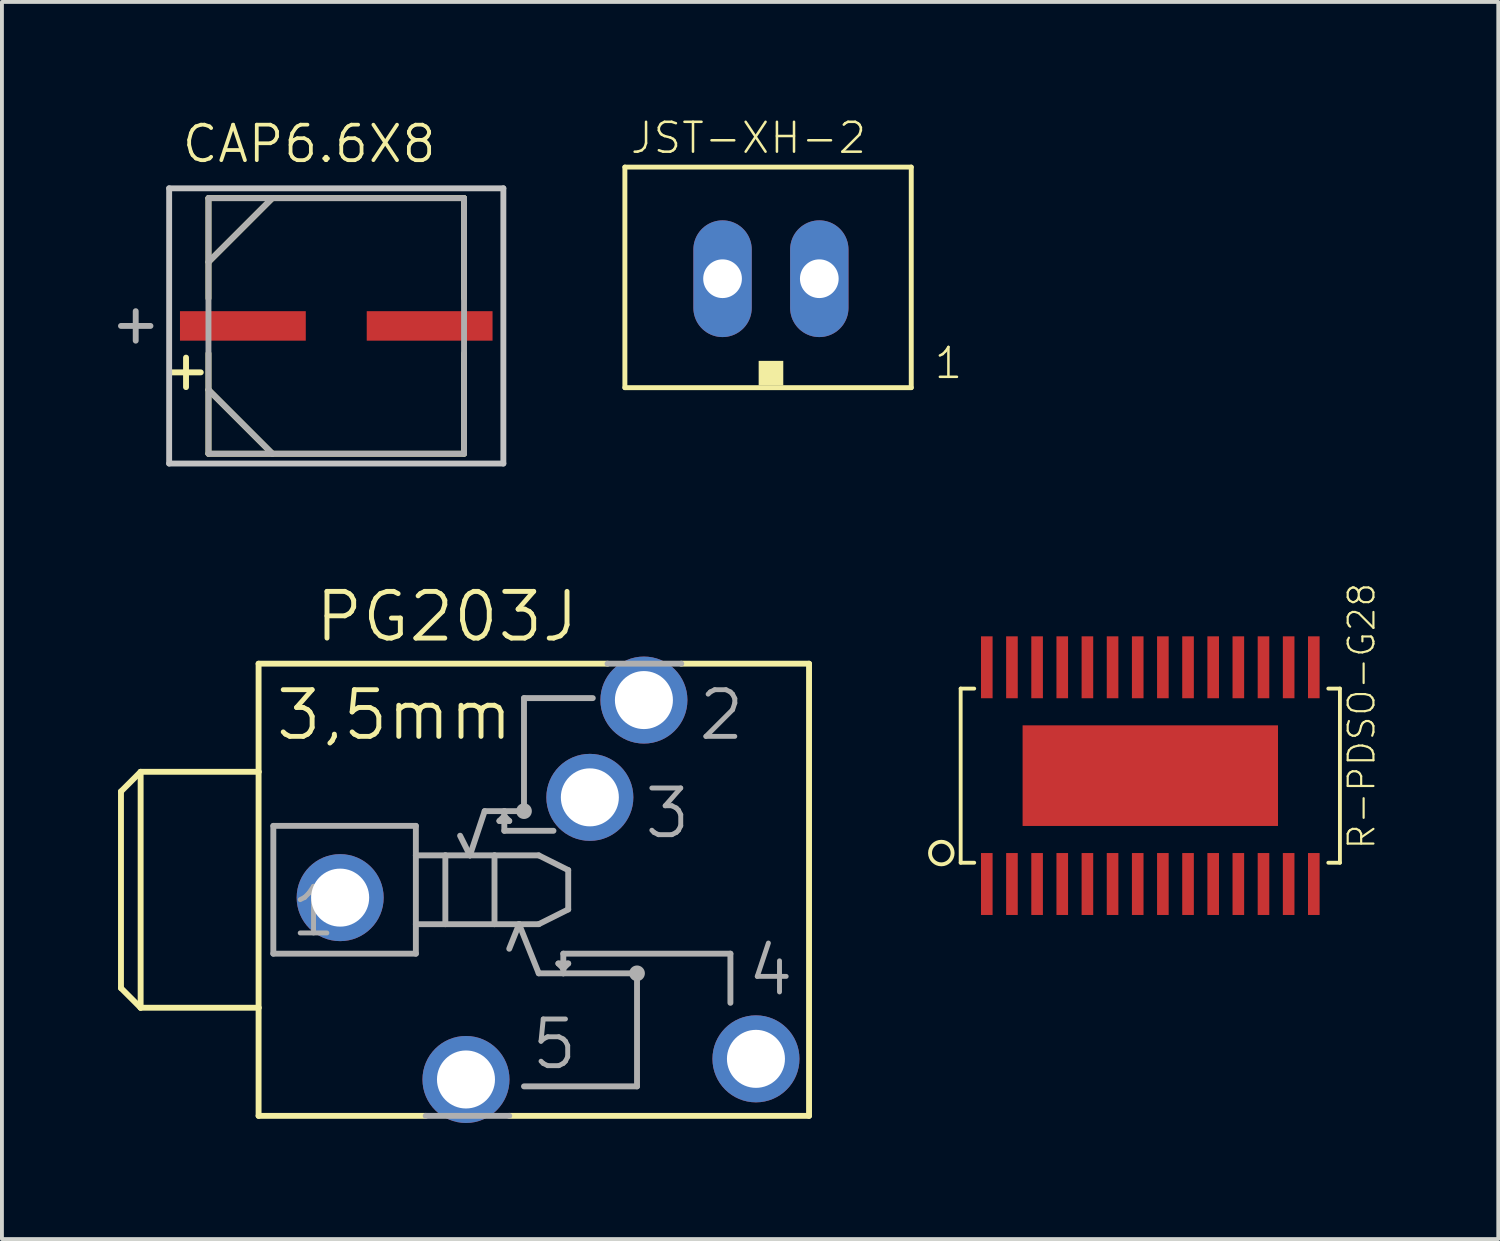
<source format=kicad_pcb>
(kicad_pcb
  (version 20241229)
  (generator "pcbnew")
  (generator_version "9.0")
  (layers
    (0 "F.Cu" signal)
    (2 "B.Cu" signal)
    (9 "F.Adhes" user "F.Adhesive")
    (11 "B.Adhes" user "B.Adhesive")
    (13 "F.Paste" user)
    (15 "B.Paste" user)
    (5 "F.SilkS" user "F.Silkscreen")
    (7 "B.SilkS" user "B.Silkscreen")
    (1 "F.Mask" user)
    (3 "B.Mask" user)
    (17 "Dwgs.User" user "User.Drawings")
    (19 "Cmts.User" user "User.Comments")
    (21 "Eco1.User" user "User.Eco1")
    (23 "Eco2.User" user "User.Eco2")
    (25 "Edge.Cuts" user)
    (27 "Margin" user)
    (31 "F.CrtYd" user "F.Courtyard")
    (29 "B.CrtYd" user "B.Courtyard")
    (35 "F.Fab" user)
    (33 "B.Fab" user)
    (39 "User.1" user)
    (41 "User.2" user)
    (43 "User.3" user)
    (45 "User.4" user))
  (footprint "R-PDSO-G28"
    (layer "F.Cu")
    (at 26.674 16.993)
    (property "Reference" "R-PDSO-G28" (at 5.85 1.95 90) (layer "F.SilkS") (effects (font (size 0.665 0.665) (thickness 0.056)) (justify left bottom)))
    (attr through_hole)
    (fp_line (start -4.9 -2.25) (end -4.9 2.25) (stroke (width 0.1) (type solid)) (layer "F.SilkS"))
    (fp_line (start -4.9 -2.25) (end -4.55 -2.25) (stroke (width 0.1) (type solid)) (layer "F.SilkS"))
    (fp_line (start -4.9 2.25) (end -4.55 2.25) (stroke (width 0.1) (type solid)) (layer "F.SilkS"))
    (fp_line (start 4.9 -2.25) (end 4.6 -2.25) (stroke (width 0.1) (type solid)) (layer "F.SilkS"))
    (fp_line (start 4.9 -2.25) (end 4.9 2.25) (stroke (width 0.1) (type solid)) (layer "F.SilkS"))
    (fp_line (start 4.9 2.25) (end 4.6 2.25) (stroke (width 0.1) (type solid)) (layer "F.SilkS"))
    (fp_circle (center -5.4 2) (end -5.108 2) (stroke (width 0.1) (type solid)) (fill no) (layer "F.SilkS"))
    (pad "1" smd rect (at -4.225 2.8) (size 0.3 1.6) (layers "F.Cu" "F.Mask" "F.Paste"))
    (pad "2" smd rect (at -3.575 2.8) (size 0.3 1.6) (layers "F.Cu" "F.Mask" "F.Paste"))
    (pad "3" smd rect (at -2.925 2.8) (size 0.3 1.6) (layers "F.Cu" "F.Mask" "F.Paste"))
    (pad "4" smd rect (at -2.275 2.8) (size 0.3 1.6) (layers "F.Cu" "F.Mask" "F.Paste"))
    (pad "5" smd rect (at -1.625 2.8) (size 0.3 1.6) (layers "F.Cu" "F.Mask" "F.Paste"))
    (pad "6" smd rect (at -0.975 2.8) (size 0.3 1.6) (layers "F.Cu" "F.Mask" "F.Paste"))
    (pad "7" smd rect (at -0.325 2.8) (size 0.3 1.6) (layers "F.Cu" "F.Mask" "F.Paste"))
    (pad "8" smd rect (at 0.325 2.8) (size 0.3 1.6) (layers "F.Cu" "F.Mask" "F.Paste"))
    (pad "9" smd rect (at 0.975 2.8) (size 0.3 1.6) (layers "F.Cu" "F.Mask" "F.Paste"))
    (pad "10" smd rect (at 1.625 2.8) (size 0.3 1.6) (layers "F.Cu" "F.Mask" "F.Paste"))
    (pad "11" smd rect (at 2.275 2.8) (size 0.3 1.6) (layers "F.Cu" "F.Mask" "F.Paste"))
    (pad "12" smd rect (at 2.925 2.8) (size 0.3 1.6) (layers "F.Cu" "F.Mask" "F.Paste"))
    (pad "13" smd rect (at 3.575 2.8) (size 0.3 1.6) (layers "F.Cu" "F.Mask" "F.Paste"))
    (pad "14" smd rect (at 4.225 2.8) (size 0.3 1.6) (layers "F.Cu" "F.Mask" "F.Paste"))
    (pad "15" smd rect (at 4.225 -2.8) (size 0.3 1.6) (layers "F.Cu" "F.Mask" "F.Paste"))
    (pad "16" smd rect (at 3.575 -2.8) (size 0.3 1.6) (layers "F.Cu" "F.Mask" "F.Paste"))
    (pad "17" smd rect (at 2.925 -2.8) (size 0.3 1.6) (layers "F.Cu" "F.Mask" "F.Paste"))
    (pad "18" smd rect (at 2.275 -2.8) (size 0.3 1.6) (layers "F.Cu" "F.Mask" "F.Paste"))
    (pad "19" smd rect (at 1.625 -2.8) (size 0.3 1.6) (layers "F.Cu" "F.Mask" "F.Paste"))
    (pad "20" smd rect (at 0.975 -2.8) (size 0.3 1.6) (layers "F.Cu" "F.Mask" "F.Paste"))
    (pad "21" smd rect (at 0.325 -2.8) (size 0.3 1.6) (layers "F.Cu" "F.Mask" "F.Paste"))
    (pad "22" smd rect (at -0.325 -2.8) (size 0.3 1.6) (layers "F.Cu" "F.Mask" "F.Paste"))
    (pad "23" smd rect (at -0.975 -2.8) (size 0.3 1.6) (layers "F.Cu" "F.Mask" "F.Paste"))
    (pad "24" smd rect (at -1.625 -2.8) (size 0.3 1.6) (layers "F.Cu" "F.Mask" "F.Paste"))
    (pad "25" smd rect (at -2.275 -2.8) (size 0.3 1.6) (layers "F.Cu" "F.Mask" "F.Paste"))
    (pad "26" smd rect (at -2.925 -2.8) (size 0.3 1.6) (layers "F.Cu" "F.Mask" "F.Paste"))
    (pad "27" smd rect (at -3.575 -2.8) (size 0.3 1.6) (layers "F.Cu" "F.Mask" "F.Paste"))
    (pad "28" smd rect (at -4.225 -2.8) (size 0.3 1.6) (layers "F.Cu" "F.Mask" "F.Paste"))
    (pad "POWER" smd rect (at 0 0) (size 6.6 2.6) (layers "F.Cu" "F.Mask" "F.Paste")))
  (footprint "CAP6.6X8"
    (layer "F.Cu")
    (at 5.639 5.372)
    (property "Reference" "CAP6.6X8" (at -4.039 -4.166 0) (layer "F.SilkS") (effects (font (size 0.917 0.917) (thickness 0.097)) (justify left bottom)))
    (attr through_hole)
    (fp_line (start -3.882 0.819) (end -3.882 1.581) (stroke (width 0.152) (type solid)) (layer "F.SilkS"))
    (fp_line (start -3.501 1.2) (end -4.263 1.2) (stroke (width 0.152) (type solid)) (layer "F.SilkS"))
    (fp_line (start -3.302 -3.302) (end -3.302 -0.711) (stroke (width 0.152) (type solid)) (layer "F.SilkS"))
    (fp_line (start -3.302 -1.651) (end -1.651 -3.302) (stroke (width 0.152) (type solid)) (layer "F.SilkS"))
    (fp_line (start -3.302 0.711) (end -3.302 1.651) (stroke (width 0.152) (type solid)) (layer "F.SilkS"))
    (fp_line (start -3.302 1.651) (end -3.302 3.302) (stroke (width 0.152) (type solid)) (layer "F.SilkS"))
    (fp_line (start -3.302 1.651) (end -1.651 3.302) (stroke (width 0.152) (type solid)) (layer "F.SilkS"))
    (fp_line (start -3.302 3.302) (end 3.302 3.302) (stroke (width 0.152) (type solid)) (layer "F.SilkS"))
    (fp_line (start 3.302 -3.302) (end -3.302 -3.302) (stroke (width 0.152) (type solid)) (layer "F.SilkS"))
    (fp_line (start 3.302 -0.711) (end 3.302 -3.302) (stroke (width 0.152) (type solid)) (layer "F.SilkS"))
    (fp_line (start 3.302 3.302) (end 3.302 0.711) (stroke (width 0.152) (type solid)) (layer "F.SilkS"))
    (fp_line (start -4.318 -3.556) (end 4.318 -3.556) (stroke (width 0.152) (type solid)) (layer "Dwgs.User"))
    (fp_line (start -4.318 3.556) (end -4.318 -3.556) (stroke (width 0.152) (type solid)) (layer "Dwgs.User"))
    (fp_line (start 4.318 -3.556) (end 4.318 3.556) (stroke (width 0.152) (type solid)) (layer "Dwgs.User"))
    (fp_line (start 4.318 3.556) (end -4.318 3.556) (stroke (width 0.152) (type solid)) (layer "Dwgs.User"))
    (fp_line (start -5.182 -0.381) (end -5.182 0.381) (stroke (width 0.152) (type solid)) (layer "F.Fab"))
    (fp_line (start -4.801 0) (end -5.563 0) (stroke (width 0.152) (type solid)) (layer "F.Fab"))
    (fp_line (start -3.302 -3.302) (end -3.302 3.302) (stroke (width 0.152) (type solid)) (layer "F.Fab"))
    (fp_line (start -3.302 -1.651) (end -1.651 -3.302) (stroke (width 0.152) (type solid)) (layer "F.Fab"))
    (fp_line (start -3.302 1.651) (end -1.651 3.302) (stroke (width 0.152) (type solid)) (layer "F.Fab"))
    (fp_line (start -3.302 3.302) (end 3.302 3.302) (stroke (width 0.152) (type solid)) (layer "F.Fab"))
    (fp_line (start 3.302 -3.302) (end -3.302 -3.302) (stroke (width 0.152) (type solid)) (layer "F.Fab"))
    (fp_line (start 3.302 3.302) (end 3.302 -3.302) (stroke (width 0.152) (type solid)) (layer "F.Fab"))
    (pad "1" smd rect (at -2.413 0) (size 3.251 0.762) (layers "F.Cu" "F.Mask" "F.Paste"))
    (pad "2" smd rect (at 2.413 0) (size 3.251 0.762) (layers "F.Cu" "F.Mask" "F.Paste")))
  (footprint "PG203J"
    (layer "F.Cu")
    (at 10.744 19.942)
    (property "Reference" "PG203J" (at -5.715 -6.35 0) (layer "F.SilkS") (effects (font (size 1.206 1.206) (thickness 0.127)) (justify left bottom)))
    (attr through_hole)
    (fp_line (start -10.668 2.54) (end -10.668 -2.54) (stroke (width 0.152) (type solid)) (layer "F.SilkS"))
    (fp_line (start -10.16 -3.048) (end -10.668 -2.54) (stroke (width 0.152) (type solid)) (layer "F.SilkS"))
    (fp_line (start -10.16 3.048) (end -10.668 2.54) (stroke (width 0.152) (type solid)) (layer "F.SilkS"))
    (fp_line (start -10.16 3.048) (end -10.16 -3.048) (stroke (width 0.152) (type solid)) (layer "F.SilkS"))
    (fp_line (start -10.16 3.048) (end -7.112 3.048) (stroke (width 0.152) (type solid)) (layer "F.SilkS"))
    (fp_line (start -7.112 -3.048) (end -10.16 -3.048) (stroke (width 0.152) (type solid)) (layer "F.SilkS"))
    (fp_line (start -7.112 -3.048) (end -7.112 -5.842) (stroke (width 0.152) (type solid)) (layer "F.SilkS"))
    (fp_line (start -7.112 3.048) (end -7.112 -3.048) (stroke (width 0.152) (type solid)) (layer "F.SilkS"))
    (fp_line (start -7.112 5.842) (end -7.112 3.048) (stroke (width 0.152) (type solid)) (layer "F.SilkS"))
    (fp_line (start -7.112 5.842) (end -2.794 5.842) (stroke (width 0.152) (type solid)) (layer "F.SilkS"))
    (fp_line (start -0.635 5.842) (end 7.112 5.842) (stroke (width 0.152) (type solid)) (layer "F.SilkS"))
    (fp_line (start 1.905 -5.842) (end -7.112 -5.842) (stroke (width 0.152) (type solid)) (layer "F.SilkS"))
    (fp_line (start 7.112 -5.842) (end 3.81 -5.842) (stroke (width 0.152) (type solid)) (layer "F.SilkS"))
    (fp_line (start 7.112 -5.842) (end 7.112 5.842) (stroke (width 0.152) (type solid)) (layer "F.SilkS"))
    (fp_line (start -6.731 1.651) (end -6.731 -1.651) (stroke (width 0.152) (type solid)) (layer "F.Fab"))
    (fp_line (start -6.731 1.651) (end -3.048 1.651) (stroke (width 0.152) (type solid)) (layer "F.Fab"))
    (fp_line (start -3.048 -1.651) (end -6.731 -1.651) (stroke (width 0.152) (type solid)) (layer "F.Fab"))
    (fp_line (start -3.048 -1.651) (end -3.048 -0.889) (stroke (width 0.152) (type solid)) (layer "F.Fab"))
    (fp_line (start -3.048 -0.889) (end -3.048 0.889) (stroke (width 0.152) (type solid)) (layer "F.Fab"))
    (fp_line (start -3.048 -0.889) (end -2.286 -0.889) (stroke (width 0.152) (type solid)) (layer "F.Fab"))
    (fp_line (start -3.048 0.889) (end -3.048 1.651) (stroke (width 0.152) (type solid)) (layer "F.Fab"))
    (fp_line (start -2.794 5.842) (end -0.635 5.842) (stroke (width 0.152) (type solid)) (layer "F.Fab"))
    (fp_line (start -2.286 -0.889) (end -2.286 0.889) (stroke (width 0.152) (type solid)) (layer "F.Fab"))
    (fp_line (start -2.286 -0.889) (end -1.651 -0.889) (stroke (width 0.152) (type solid)) (layer "F.Fab"))
    (fp_line (start -2.286 0.889) (end -3.048 0.889) (stroke (width 0.152) (type solid)) (layer "F.Fab"))
    (fp_line (start -1.905 -1.397) (end -1.651 -0.889) (stroke (width 0.152) (type solid)) (layer "F.Fab"))
    (fp_line (start -1.651 -0.889) (end -1.27 -2.032) (stroke (width 0.152) (type solid)) (layer "F.Fab"))
    (fp_line (start -1.651 -0.889) (end -1.016 -0.889) (stroke (width 0.152) (type solid)) (layer "F.Fab"))
    (fp_line (start -1.27 -2.032) (end -0.762 -2.032) (stroke (width 0.152) (type solid)) (layer "F.Fab"))
    (fp_line (start -1.016 -0.889) (end -1.016 0.889) (stroke (width 0.152) (type solid)) (layer "F.Fab"))
    (fp_line (start -1.016 -0.889) (end 0.127 -0.889) (stroke (width 0.152) (type solid)) (layer "F.Fab"))
    (fp_line (start -1.016 0.889) (end -2.286 0.889) (stroke (width 0.152) (type solid)) (layer "F.Fab"))
    (fp_line (start -0.889 -1.778) (end -0.762 -1.905) (stroke (width 0.152) (type solid)) (layer "F.Fab"))
    (fp_line (start -0.889 -1.778) (end -0.635 -1.778) (stroke (width 0.152) (type solid)) (layer "F.Fab"))
    (fp_line (start -0.762 -2.032) (end -0.762 -1.905) (stroke (width 0.152) (type solid)) (layer "F.Fab"))
    (fp_line (start -0.762 -2.032) (end -0.254 -2.032) (stroke (width 0.152) (type solid)) (layer "F.Fab"))
    (fp_line (start -0.762 -1.905) (end -0.762 -1.524) (stroke (width 0.152) (type solid)) (layer "F.Fab"))
    (fp_line (start -0.762 -1.524) (end 0.508 -1.524) (stroke (width 0.152) (type solid)) (layer "F.Fab"))
    (fp_line (start -0.635 -1.778) (end -0.762 -1.905) (stroke (width 0.152) (type solid)) (layer "F.Fab"))
    (fp_line (start -0.635 1.524) (end -0.381 0.889) (stroke (width 0.152) (type solid)) (layer "F.Fab"))
    (fp_line (start -0.381 0.889) (end -1.016 0.889) (stroke (width 0.152) (type solid)) (layer "F.Fab"))
    (fp_line (start -0.254 -4.953) (end 1.524 -4.953) (stroke (width 0.152) (type solid)) (layer "F.Fab"))
    (fp_line (start -0.254 -2.032) (end -0.254 -4.953) (stroke (width 0.152) (type solid)) (layer "F.Fab"))
    (fp_line (start 0.127 0.889) (end -0.381 0.889) (stroke (width 0.152) (type solid)) (layer "F.Fab"))
    (fp_line (start 0.127 0.889) (end 0.889 0.508) (stroke (width 0.152) (type solid)) (layer "F.Fab"))
    (fp_line (start 0.127 2.159) (end -0.381 0.889) (stroke (width 0.152) (type solid)) (layer "F.Fab"))
    (fp_line (start 0.127 2.159) (end 0.762 2.159) (stroke (width 0.152) (type solid)) (layer "F.Fab"))
    (fp_line (start 0.635 1.905) (end 0.762 2.032) (stroke (width 0.152) (type solid)) (layer "F.Fab"))
    (fp_line (start 0.762 1.651) (end 5.08 1.651) (stroke (width 0.152) (type solid)) (layer "F.Fab"))
    (fp_line (start 0.762 2.032) (end 0.762 1.651) (stroke (width 0.152) (type solid)) (layer "F.Fab"))
    (fp_line (start 0.762 2.032) (end 0.889 1.905) (stroke (width 0.152) (type solid)) (layer "F.Fab"))
    (fp_line (start 0.762 2.159) (end 0.762 2.032) (stroke (width 0.152) (type solid)) (layer "F.Fab"))
    (fp_line (start 0.762 2.159) (end 2.667 2.159) (stroke (width 0.152) (type solid)) (layer "F.Fab"))
    (fp_line (start 0.889 -0.508) (end 0.127 -0.889) (stroke (width 0.152) (type solid)) (layer "F.Fab"))
    (fp_line (start 0.889 -0.508) (end 0.889 0.508) (stroke (width 0.152) (type solid)) (layer "F.Fab"))
    (fp_line (start 0.889 1.905) (end 0.635 1.905) (stroke (width 0.152) (type solid)) (layer "F.Fab"))
    (fp_line (start 2.667 2.159) (end 2.667 5.08) (stroke (width 0.152) (type solid)) (layer "F.Fab"))
    (fp_line (start 2.667 5.08) (end -0.254 5.08) (stroke (width 0.152) (type solid)) (layer "F.Fab"))
    (fp_line (start 3.81 -5.842) (end 1.905 -5.842) (stroke (width 0.152) (type solid)) (layer "F.Fab"))
    (fp_line (start 5.08 1.651) (end 5.08 2.921) (stroke (width 0.152) (type solid)) (layer "F.Fab"))
    (fp_circle (center -0.254 -2.032) (end -0.127 -2.032) (stroke (width 0.152) (type solid)) (fill no) (layer "F.Fab"))
    (fp_circle (center 2.667 2.159) (end 2.794 2.159) (stroke (width 0.152) (type solid)) (fill no) (layer "F.Fab"))
    (fp_text user "3,5mm" (at -6.731 -3.81 0) (layer "F.SilkS") (effects (font (size 1.206 1.206) (thickness 0.127)) (justify left bottom)))
    (fp_text user "2" (at 4.191 -3.81 0) (layer "F.Fab") (effects (font (size 1.206 1.206) (thickness 0.127)) (justify left bottom)))
    (fp_text user "5" (at -0.127 4.699 0) (layer "F.Fab") (effects (font (size 1.206 1.206) (thickness 0.127)) (justify left bottom)))
    (fp_text user "3" (at 2.794 -1.27 0) (layer "F.Fab") (effects (font (size 1.206 1.206) (thickness 0.127)) (justify left bottom)))
    (fp_text user "1" (at -6.35 1.27 0) (layer "F.Fab") (effects (font (size 1.206 1.206) (thickness 0.127)) (justify left bottom)))
    (fp_text user "4" (at 5.461 2.794 0) (layer "F.Fab") (effects (font (size 1.206 1.206) (thickness 0.127)) (justify left bottom)))
    (pad "1" thru_hole circle (at -5.004 0.203) (size 2.248 2.248) (drill 1.499) (layers "*.Cu" "*.Mask"))
    (pad "2" thru_hole circle (at 2.845 -4.902) (size 2.248 2.248) (drill 1.499) (layers "*.Cu" "*.Mask"))
    (pad "3" thru_hole circle (at 1.448 -2.388) (size 2.248 2.248) (drill 1.499) (layers "*.Cu" "*.Mask"))
    (pad "4" thru_hole circle (at 5.74 4.369) (size 2.248 2.248) (drill 1.499) (layers "*.Cu" "*.Mask"))
    (pad "5" thru_hole circle (at -1.753 4.902) (size 2.248 2.248) (drill 1.499) (layers "*.Cu" "*.Mask")))
  (footprint "JST-XH-2"
    (layer "F.Cu")
    (at 16.872 4.15)
    (property "Reference" "JST-XH-2" (at -3.675 -3.183 0) (layer "F.SilkS") (effects (font (size 0.772 0.772) (thickness 0.065)) (justify left bottom)))
    (attr through_hole)
    (fp_line (start -3.775 -2.882) (end 3.625 -2.882) (stroke (width 0.127) (type solid)) (layer "F.SilkS"))
    (fp_line (start -3.775 2.817) (end -3.775 -2.882) (stroke (width 0.127) (type solid)) (layer "F.SilkS"))
    (fp_line (start 3.625 -2.882) (end 3.625 2.817) (stroke (width 0.127) (type solid)) (layer "F.SilkS"))
    (fp_line (start 3.625 2.817) (end -3.775 2.817) (stroke (width 0.127) (type solid)) (layer "F.SilkS"))
    (fp_poly (pts (xy -0.318 2.76) (xy 0.318 2.76) (xy 0.318 2.125) (xy -0.318 2.125)) (stroke (width 0) (type solid)) (fill yes) (layer "F.SilkS"))
    (fp_text user "1" (at 4.175 2.635 0) (layer "F.SilkS") (effects (font (size 0.772 0.772) (thickness 0.065)) (justify left bottom)))
    (pad "P1" thru_hole oval (at 1.249 0.002 90) (size 3.016 1.508) (drill 1) (layers "*.Cu" "*.Mask"))
    (pad "P2" thru_hole oval (at -1.251 0.002 90) (size 3.016 1.508) (drill 1) (layers "*.Cu" "*.Mask")))
  (gr_rect
    (start -3 -3)
    (end 35.666 28.968)
    (stroke (width 0.1) (type default))
    (fill no)
    (layer "Edge.Cuts")))
</source>
